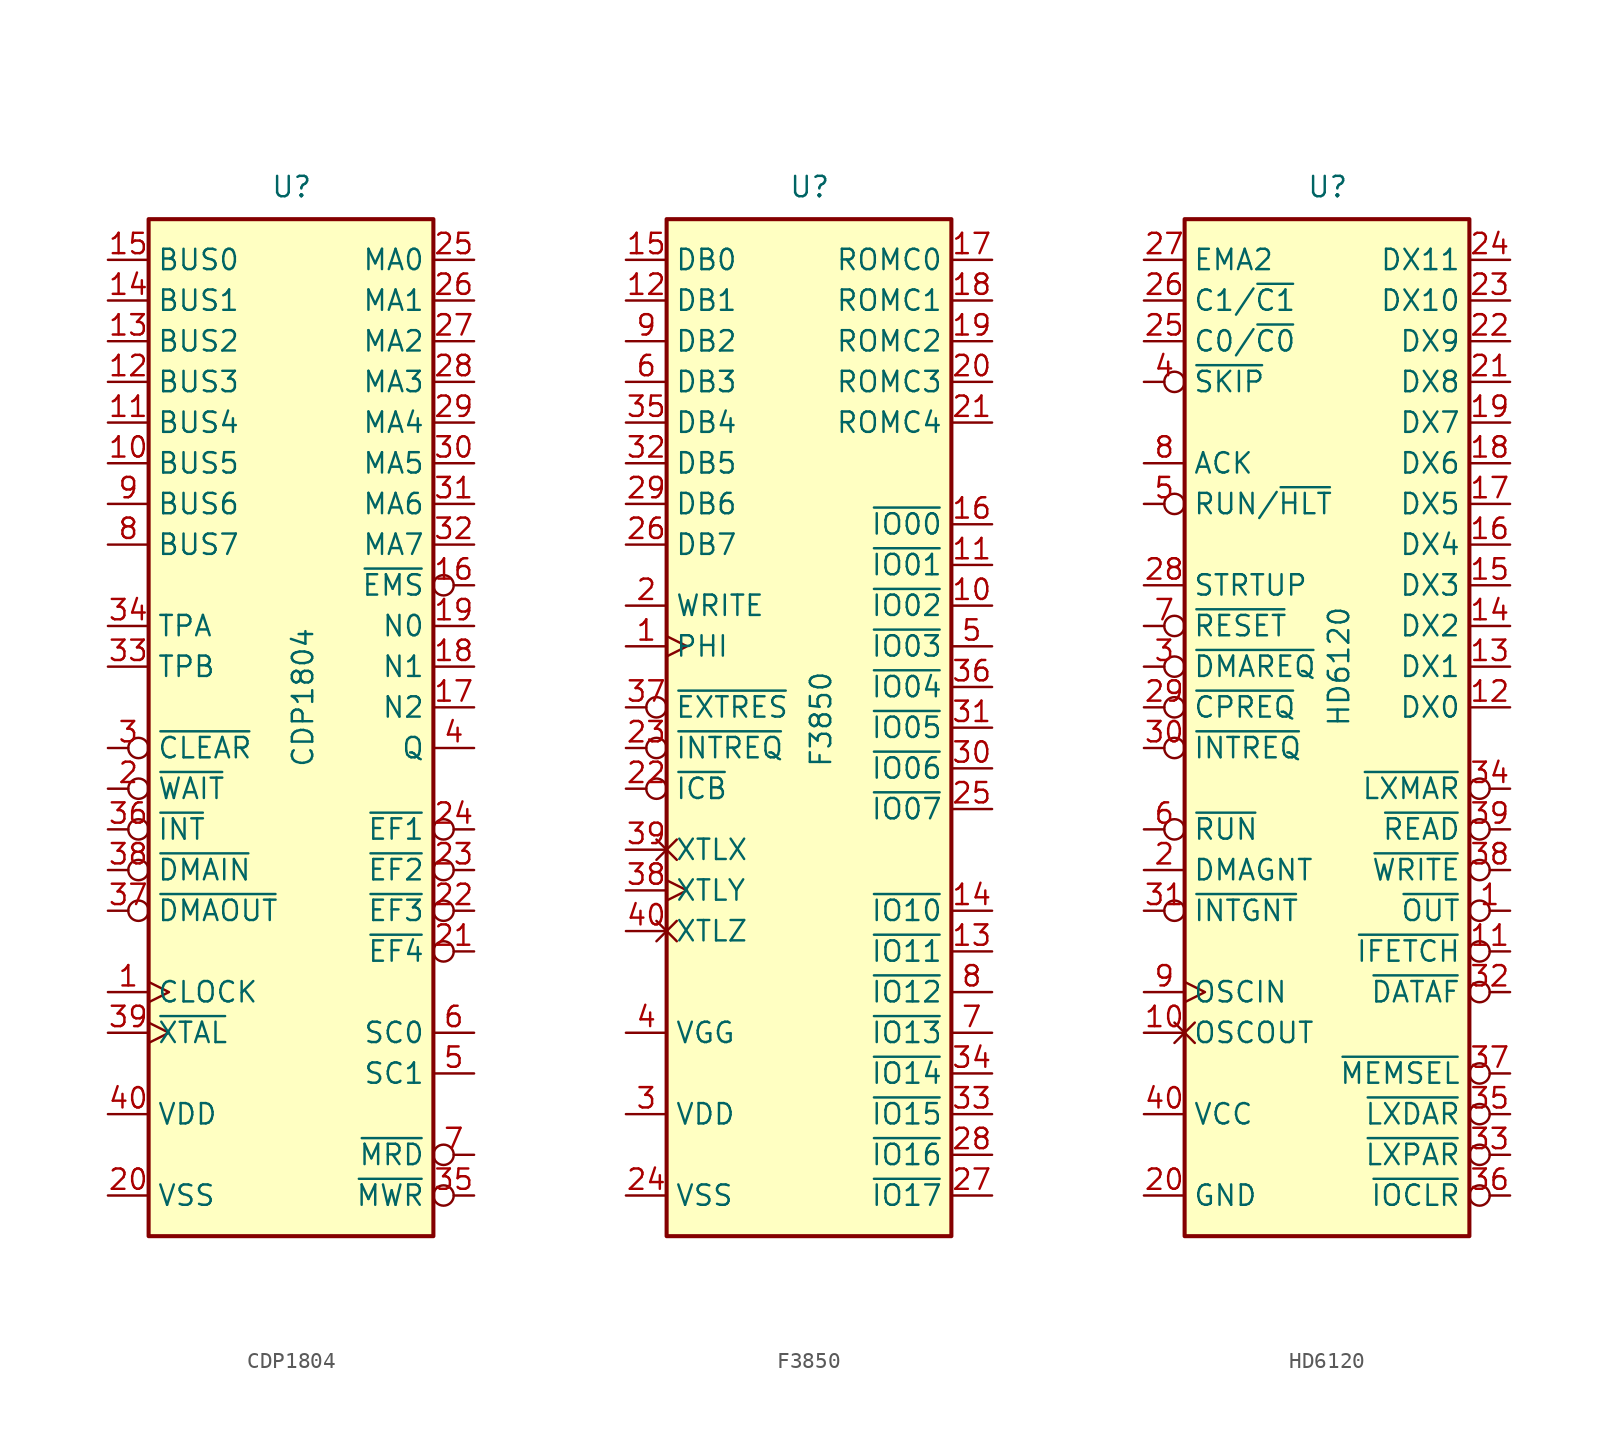
<source format=kicad_sym>
(kicad_symbol_lib
  (version 20220914)
  (generator kicad_symbol_editor)
  (symbol "CDP1804"
    (property "Reference" "U"
      (at -1.27 31.75 0)
      (effects (font (size 1.27 1.27)) (justify left bottom)))
    (property "Value" "CDP1804"
      (at 0 -3.81 90)
      (effects (font (size 1.27 1.27)) (justify left top)))
    (symbol "CDP1804_0_0"
      (pin input clock (at -11.43 -17.78 0) (length 2.54) (name "CLOCK" (effects (font (size 1.27 1.27)))) (number "1" (effects (font (size 1.27 1.27)))))
      (pin input inverted (at -11.43 -2.54 0) (length 2.54) (name "~{CLEAR}" (effects (font (size 1.27 1.27)))) (number "3" (effects (font (size 1.27 1.27)))))
      (pin output inverted (at 11.43 -30.48 180) (length 2.54) (name "~{MWR}" (effects (font (size 1.27 1.27)))) (number "35" (effects (font (size 1.27 1.27))))))
    (symbol "CDP1804_0_1"
      (rectangle (start -8.89 -33.02) (end 8.89 30.48) (stroke (width 0.254) (type default)) (fill (type background))))
    (symbol "CDP1804_1_1"
      (pin bidirectional line (at -11.43 15.24 0) (length 2.54) (name "BUS5" (effects (font (size 1.27 1.27)))) (number "10" (effects (font (size 1.27 1.27)))))
      (pin bidirectional line (at -11.43 17.78 0) (length 2.54) (name "BUS4" (effects (font (size 1.27 1.27)))) (number "11" (effects (font (size 1.27 1.27)))))
      (pin bidirectional line (at -11.43 20.32 0) (length 2.54) (name "BUS3" (effects (font (size 1.27 1.27)))) (number "12" (effects (font (size 1.27 1.27)))))
      (pin bidirectional line (at -11.43 22.86 0) (length 2.54) (name "BUS2" (effects (font (size 1.27 1.27)))) (number "13" (effects (font (size 1.27 1.27)))))
      (pin bidirectional line (at -11.43 25.4 0) (length 2.54) (name "BUS1" (effects (font (size 1.27 1.27)))) (number "14" (effects (font (size 1.27 1.27)))))
      (pin bidirectional line (at -11.43 27.94 0) (length 2.54) (name "BUS0" (effects (font (size 1.27 1.27)))) (number "15" (effects (font (size 1.27 1.27)))))
      (pin output inverted (at 11.43 7.62 180) (length 2.54) (name "~{EMS}" (effects (font (size 1.27 1.27)))) (number "16" (effects (font (size 1.27 1.27)))))
      (pin output line (at 11.43 0 180) (length 2.54) (name "N2" (effects (font (size 1.27 1.27)))) (number "17" (effects (font (size 1.27 1.27)))))
      (pin output line (at 11.43 2.54 180) (length 2.54) (name "N1" (effects (font (size 1.27 1.27)))) (number "18" (effects (font (size 1.27 1.27)))))
      (pin output line (at 11.43 5.08 180) (length 2.54) (name "N0" (effects (font (size 1.27 1.27)))) (number "19" (effects (font (size 1.27 1.27)))))
      (pin input inverted (at -11.43 -5.08 0) (length 2.54) (name "~{WAIT}" (effects (font (size 1.27 1.27)))) (number "2" (effects (font (size 1.27 1.27)))))
      (pin power_in line (at -11.43 -30.48 0) (length 2.54) (name "VSS" (effects (font (size 1.27 1.27)))) (number "20" (effects (font (size 1.27 1.27)))))
      (pin input inverted (at 11.43 -15.24 180) (length 2.54) (name "~{EF4}" (effects (font (size 1.27 1.27)))) (number "21" (effects (font (size 1.27 1.27)))))
      (pin input inverted (at 11.43 -12.7 180) (length 2.54) (name "~{EF3}" (effects (font (size 1.27 1.27)))) (number "22" (effects (font (size 1.27 1.27)))))
      (pin input inverted (at 11.43 -10.16 180) (length 2.54) (name "~{EF2}" (effects (font (size 1.27 1.27)))) (number "23" (effects (font (size 1.27 1.27)))))
      (pin input inverted (at 11.43 -7.62 180) (length 2.54) (name "~{EF1}" (effects (font (size 1.27 1.27)))) (number "24" (effects (font (size 1.27 1.27)))))
      (pin output line (at 11.43 27.94 180) (length 2.54) (name "MA0" (effects (font (size 1.27 1.27)))) (number "25" (effects (font (size 1.27 1.27)))))
      (pin output line (at 11.43 25.4 180) (length 2.54) (name "MA1" (effects (font (size 1.27 1.27)))) (number "26" (effects (font (size 1.27 1.27)))))
      (pin output line (at 11.43 22.86 180) (length 2.54) (name "MA2" (effects (font (size 1.27 1.27)))) (number "27" (effects (font (size 1.27 1.27)))))
      (pin output line (at 11.43 20.32 180) (length 2.54) (name "MA3" (effects (font (size 1.27 1.27)))) (number "28" (effects (font (size 1.27 1.27)))))
      (pin output line (at 11.43 17.78 180) (length 2.54) (name "MA4" (effects (font (size 1.27 1.27)))) (number "29" (effects (font (size 1.27 1.27)))))
      (pin output line (at 11.43 15.24 180) (length 2.54) (name "MA5" (effects (font (size 1.27 1.27)))) (number "30" (effects (font (size 1.27 1.27)))))
      (pin output line (at 11.43 12.7 180) (length 2.54) (name "MA6" (effects (font (size 1.27 1.27)))) (number "31" (effects (font (size 1.27 1.27)))))
      (pin output line (at 11.43 10.16 180) (length 2.54) (name "MA7" (effects (font (size 1.27 1.27)))) (number "32" (effects (font (size 1.27 1.27)))))
      (pin output line (at -11.43 2.54 0) (length 2.54) (name "TPB" (effects (font (size 1.27 1.27)))) (number "33" (effects (font (size 1.27 1.27)))))
      (pin output line (at -11.43 5.08 0) (length 2.54) (name "TPA" (effects (font (size 1.27 1.27)))) (number "34" (effects (font (size 1.27 1.27)))))
      (pin input inverted (at -11.43 -7.62 0) (length 2.54) (name "~{INT}" (effects (font (size 1.27 1.27)))) (number "36" (effects (font (size 1.27 1.27)))))
      (pin input inverted (at -11.43 -12.7 0) (length 2.54) (name "~{DMAOUT}" (effects (font (size 1.27 1.27)))) (number "37" (effects (font (size 1.27 1.27)))))
      (pin input inverted (at -11.43 -10.16 0) (length 2.54) (name "~{DMAIN}" (effects (font (size 1.27 1.27)))) (number "38" (effects (font (size 1.27 1.27)))))
      (pin output clock (at -11.43 -20.32 0) (length 2.54) (name "~{XTAL}" (effects (font (size 1.27 1.27)))) (number "39" (effects (font (size 1.27 1.27)))))
      (pin output line (at 11.43 -2.54 180) (length 2.54) (name "Q" (effects (font (size 1.27 1.27)))) (number "4" (effects (font (size 1.27 1.27)))))
      (pin power_in line (at -11.43 -25.4 0) (length 2.54) (name "VDD" (effects (font (size 1.27 1.27)))) (number "40" (effects (font (size 1.27 1.27)))))
      (pin output line (at 11.43 -22.86 180) (length 2.54) (name "SC1" (effects (font (size 1.27 1.27)))) (number "5" (effects (font (size 1.27 1.27)))))
      (pin output line (at 11.43 -20.32 180) (length 2.54) (name "SC0" (effects (font (size 1.27 1.27)))) (number "6" (effects (font (size 1.27 1.27)))))
      (pin output inverted (at 11.43 -27.94 180) (length 2.54) (name "~{MRD}" (effects (font (size 1.27 1.27)))) (number "7" (effects (font (size 1.27 1.27)))))
      (pin bidirectional line (at -11.43 10.16 0) (length 2.54) (name "BUS7" (effects (font (size 1.27 1.27)))) (number "8" (effects (font (size 1.27 1.27)))))
      (pin bidirectional line (at -11.43 12.7 0) (length 2.54) (name "BUS6" (effects (font (size 1.27 1.27)))) (number "9" (effects (font (size 1.27 1.27)))))))
  (symbol "F3850"
    (property "Reference" "U"
      (at -1.27 31.75 0)
      (effects (font (size 1.27 1.27)) (justify left bottom)))
    (property "Value" "F3850"
      (at 0 -3.81 90)
      (effects (font (size 1.27 1.27)) (justify left top)))
    (symbol "F3850_0_0"
      (pin bidirectional line (at 11.43 -6.35 180) (length 2.54) (name "~{IO07}" (effects (font (size 1.27 1.27)))) (number "25" (effects (font (size 1.27 1.27)))))
      (pin input inverted (at -11.43 0 0) (length 2.54) (name "~{EXTRES}" (effects (font (size 1.27 1.27)))) (number "37" (effects (font (size 1.27 1.27)))))
      (pin input clock (at -11.43 -11.43 0) (length 2.54) (name "XTLY" (effects (font (size 1.27 1.27)))) (number "38" (effects (font (size 1.27 1.27))))))
    (symbol "F3850_0_1"
      (rectangle (start -8.89 -33.02) (end 8.89 30.48) (stroke (width 0.254) (type default)) (fill (type background))))
    (symbol "F3850_1_1"
      (pin output clock (at -11.43 3.81 0) (length 2.54) (name "PHI" (effects (font (size 1.27 1.27)))) (number "1" (effects (font (size 1.27 1.27)))))
      (pin bidirectional line (at 11.43 6.35 180) (length 2.54) (name "~{IO02}" (effects (font (size 1.27 1.27)))) (number "10" (effects (font (size 1.27 1.27)))))
      (pin bidirectional line (at 11.43 8.89 180) (length 2.54) (name "~{IO01}" (effects (font (size 1.27 1.27)))) (number "11" (effects (font (size 1.27 1.27)))))
      (pin bidirectional line (at -11.43 25.4 0) (length 2.54) (name "DB1" (effects (font (size 1.27 1.27)))) (number "12" (effects (font (size 1.27 1.27)))))
      (pin bidirectional line (at 11.43 -15.24 180) (length 2.54) (name "~{IO11}" (effects (font (size 1.27 1.27)))) (number "13" (effects (font (size 1.27 1.27)))))
      (pin bidirectional line (at 11.43 -12.7 180) (length 2.54) (name "~{IO10}" (effects (font (size 1.27 1.27)))) (number "14" (effects (font (size 1.27 1.27)))))
      (pin bidirectional line (at -11.43 27.94 0) (length 2.54) (name "DB0" (effects (font (size 1.27 1.27)))) (number "15" (effects (font (size 1.27 1.27)))))
      (pin bidirectional line (at 11.43 11.43 180) (length 2.54) (name "~{IO00}" (effects (font (size 1.27 1.27)))) (number "16" (effects (font (size 1.27 1.27)))))
      (pin output line (at 11.43 27.94 180) (length 2.54) (name "ROMC0" (effects (font (size 1.27 1.27)))) (number "17" (effects (font (size 1.27 1.27)))))
      (pin output line (at 11.43 25.4 180) (length 2.54) (name "ROMC1" (effects (font (size 1.27 1.27)))) (number "18" (effects (font (size 1.27 1.27)))))
      (pin output line (at 11.43 22.86 180) (length 2.54) (name "ROMC2" (effects (font (size 1.27 1.27)))) (number "19" (effects (font (size 1.27 1.27)))))
      (pin output line (at -11.43 6.35 0) (length 2.54) (name "WRITE" (effects (font (size 1.27 1.27)))) (number "2" (effects (font (size 1.27 1.27)))))
      (pin output line (at 11.43 20.32 180) (length 2.54) (name "ROMC3" (effects (font (size 1.27 1.27)))) (number "20" (effects (font (size 1.27 1.27)))))
      (pin output line (at 11.43 17.78 180) (length 2.54) (name "ROMC4" (effects (font (size 1.27 1.27)))) (number "21" (effects (font (size 1.27 1.27)))))
      (pin output inverted (at -11.43 -5.08 0) (length 2.54) (name "~{ICB}" (effects (font (size 1.27 1.27)))) (number "22" (effects (font (size 1.27 1.27)))))
      (pin input inverted (at -11.43 -2.54 0) (length 2.54) (name "~{INTREQ}" (effects (font (size 1.27 1.27)))) (number "23" (effects (font (size 1.27 1.27)))))
      (pin power_in line (at -11.43 -30.48 0) (length 2.54) (name "VSS" (effects (font (size 1.27 1.27)))) (number "24" (effects (font (size 1.27 1.27)))))
      (pin bidirectional line (at -11.43 10.16 0) (length 2.54) (name "DB7" (effects (font (size 1.27 1.27)))) (number "26" (effects (font (size 1.27 1.27)))))
      (pin bidirectional line (at 11.43 -30.48 180) (length 2.54) (name "~{IO17}" (effects (font (size 1.27 1.27)))) (number "27" (effects (font (size 1.27 1.27)))))
      (pin bidirectional line (at 11.43 -27.94 180) (length 2.54) (name "~{IO16}" (effects (font (size 1.27 1.27)))) (number "28" (effects (font (size 1.27 1.27)))))
      (pin bidirectional line (at -11.43 12.7 0) (length 2.54) (name "DB6" (effects (font (size 1.27 1.27)))) (number "29" (effects (font (size 1.27 1.27)))))
      (pin power_in line (at -11.43 -25.4 0) (length 2.54) (name "VDD" (effects (font (size 1.27 1.27)))) (number "3" (effects (font (size 1.27 1.27)))))
      (pin bidirectional line (at 11.43 -3.81 180) (length 2.54) (name "~{IO06}" (effects (font (size 1.27 1.27)))) (number "30" (effects (font (size 1.27 1.27)))))
      (pin bidirectional line (at 11.43 -1.27 180) (length 2.54) (name "~{IO05}" (effects (font (size 1.27 1.27)))) (number "31" (effects (font (size 1.27 1.27)))))
      (pin bidirectional line (at -11.43 15.24 0) (length 2.54) (name "DB5" (effects (font (size 1.27 1.27)))) (number "32" (effects (font (size 1.27 1.27)))))
      (pin bidirectional line (at 11.43 -25.4 180) (length 2.54) (name "~{IO15}" (effects (font (size 1.27 1.27)))) (number "33" (effects (font (size 1.27 1.27)))))
      (pin bidirectional line (at 11.43 -22.86 180) (length 2.54) (name "~{IO14}" (effects (font (size 1.27 1.27)))) (number "34" (effects (font (size 1.27 1.27)))))
      (pin bidirectional line (at -11.43 17.78 0) (length 2.54) (name "DB4" (effects (font (size 1.27 1.27)))) (number "35" (effects (font (size 1.27 1.27)))))
      (pin bidirectional line (at 11.43 1.27 180) (length 2.54) (name "~{IO04}" (effects (font (size 1.27 1.27)))) (number "36" (effects (font (size 1.27 1.27)))))
      (pin input non_logic (at -11.43 -8.89 0) (length 2.54) (name "XTLX" (effects (font (size 1.27 1.27)))) (number "39" (effects (font (size 1.27 1.27)))))
      (pin power_in line (at -11.43 -20.32 0) (length 2.54) (name "VGG" (effects (font (size 1.27 1.27)))) (number "4" (effects (font (size 1.27 1.27)))))
      (pin input non_logic (at -11.43 -13.97 0) (length 2.54) (name "XTLZ" (effects (font (size 1.27 1.27)))) (number "40" (effects (font (size 1.27 1.27)))))
      (pin bidirectional line (at 11.43 3.81 180) (length 2.54) (name "~{IO03}" (effects (font (size 1.27 1.27)))) (number "5" (effects (font (size 1.27 1.27)))))
      (pin bidirectional line (at -11.43 20.32 0) (length 2.54) (name "DB3" (effects (font (size 1.27 1.27)))) (number "6" (effects (font (size 1.27 1.27)))))
      (pin bidirectional line (at 11.43 -20.32 180) (length 2.54) (name "~{IO13}" (effects (font (size 1.27 1.27)))) (number "7" (effects (font (size 1.27 1.27)))))
      (pin bidirectional line (at 11.43 -17.78 180) (length 2.54) (name "~{IO12}" (effects (font (size 1.27 1.27)))) (number "8" (effects (font (size 1.27 1.27)))))
      (pin bidirectional line (at -11.43 22.86 0) (length 2.54) (name "DB2" (effects (font (size 1.27 1.27)))) (number "9" (effects (font (size 1.27 1.27)))))))
  (symbol "HD6120"
    (property "Reference" "U"
      (at -1.27 31.75 0)
      (effects (font (size 1.27 1.27)) (justify left bottom)))
    (property "Value" "HD6120"
      (at 0 -1.27 90)
      (effects (font (size 1.27 1.27)) (justify left top)))
    (symbol "HD6120_0_1"
      (rectangle (start -8.89 -33.02) (end 8.89 30.48) (stroke (width 0.254) (type default)) (fill (type background))))
    (symbol "HD6120_1_1"
      (pin output inverted (at 11.43 -12.7 180) (length 2.54) (name "~{OUT}" (effects (font (size 1.27 1.27)))) (number "1" (effects (font (size 1.27 1.27)))))
      (pin output non_logic (at -11.43 -20.32 0) (length 2.54) (name "OSCOUT" (effects (font (size 1.27 1.27)))) (number "10" (effects (font (size 1.27 1.27)))))
      (pin output inverted (at 11.43 -15.24 180) (length 2.54) (name "~{IFETCH}" (effects (font (size 1.27 1.27)))) (number "11" (effects (font (size 1.27 1.27)))))
      (pin bidirectional line (at 11.43 0 180) (length 2.54) (name "DX0" (effects (font (size 1.27 1.27)))) (number "12" (effects (font (size 1.27 1.27)))))
      (pin bidirectional line (at 11.43 2.54 180) (length 2.54) (name "DX1" (effects (font (size 1.27 1.27)))) (number "13" (effects (font (size 1.27 1.27)))))
      (pin bidirectional line (at 11.43 5.08 180) (length 2.54) (name "DX2" (effects (font (size 1.27 1.27)))) (number "14" (effects (font (size 1.27 1.27)))))
      (pin bidirectional line (at 11.43 7.62 180) (length 2.54) (name "DX3" (effects (font (size 1.27 1.27)))) (number "15" (effects (font (size 1.27 1.27)))))
      (pin bidirectional line (at 11.43 10.16 180) (length 2.54) (name "DX4" (effects (font (size 1.27 1.27)))) (number "16" (effects (font (size 1.27 1.27)))))
      (pin bidirectional line (at 11.43 12.7 180) (length 2.54) (name "DX5" (effects (font (size 1.27 1.27)))) (number "17" (effects (font (size 1.27 1.27)))))
      (pin bidirectional line (at 11.43 15.24 180) (length 2.54) (name "DX6" (effects (font (size 1.27 1.27)))) (number "18" (effects (font (size 1.27 1.27)))))
      (pin bidirectional line (at 11.43 17.78 180) (length 2.54) (name "DX7" (effects (font (size 1.27 1.27)))) (number "19" (effects (font (size 1.27 1.27)))))
      (pin output line (at -11.43 -10.16 0) (length 2.54) (name "DMAGNT" (effects (font (size 1.27 1.27)))) (number "2" (effects (font (size 1.27 1.27)))))
      (pin power_in line (at -11.43 -30.48 0) (length 2.54) (name "GND" (effects (font (size 1.27 1.27)))) (number "20" (effects (font (size 1.27 1.27)))))
      (pin bidirectional line (at 11.43 20.32 180) (length 2.54) (name "DX8" (effects (font (size 1.27 1.27)))) (number "21" (effects (font (size 1.27 1.27)))))
      (pin bidirectional line (at 11.43 22.86 180) (length 2.54) (name "DX9" (effects (font (size 1.27 1.27)))) (number "22" (effects (font (size 1.27 1.27)))))
      (pin bidirectional line (at 11.43 25.4 180) (length 2.54) (name "DX10" (effects (font (size 1.27 1.27)))) (number "23" (effects (font (size 1.27 1.27)))))
      (pin bidirectional line (at 11.43 27.94 180) (length 2.54) (name "DX11" (effects (font (size 1.27 1.27)))) (number "24" (effects (font (size 1.27 1.27)))))
      (pin bidirectional line (at -11.43 22.86 0) (length 2.54) (name "C0/~{C0}" (effects (font (size 1.27 1.27)))) (number "25" (effects (font (size 1.27 1.27)))))
      (pin bidirectional line (at -11.43 25.4 0) (length 2.54) (name "C1/~{C1}" (effects (font (size 1.27 1.27)))) (number "26" (effects (font (size 1.27 1.27)))))
      (pin output line (at -11.43 27.94 0) (length 2.54) (name "EMA2" (effects (font (size 1.27 1.27)))) (number "27" (effects (font (size 1.27 1.27)))))
      (pin input line (at -11.43 7.62 0) (length 2.54) (name "STRTUP" (effects (font (size 1.27 1.27)))) (number "28" (effects (font (size 1.27 1.27)))))
      (pin input inverted (at -11.43 0 0) (length 2.54) (name "~{CPREQ}" (effects (font (size 1.27 1.27)))) (number "29" (effects (font (size 1.27 1.27)))))
      (pin input inverted (at -11.43 2.54 0) (length 2.54) (name "~{DMAREQ}" (effects (font (size 1.27 1.27)))) (number "3" (effects (font (size 1.27 1.27)))))
      (pin input inverted (at -11.43 -2.54 0) (length 2.54) (name "~{INTREQ}" (effects (font (size 1.27 1.27)))) (number "30" (effects (font (size 1.27 1.27)))))
      (pin output inverted (at -11.43 -12.7 0) (length 2.54) (name "~{INTGNT}" (effects (font (size 1.27 1.27)))) (number "31" (effects (font (size 1.27 1.27)))))
      (pin output inverted (at 11.43 -17.78 180) (length 2.54) (name "~{DATAF}" (effects (font (size 1.27 1.27)))) (number "32" (effects (font (size 1.27 1.27)))))
      (pin output inverted (at 11.43 -27.94 180) (length 2.54) (name "~{LXPAR}" (effects (font (size 1.27 1.27)))) (number "33" (effects (font (size 1.27 1.27)))))
      (pin output inverted (at 11.43 -5.08 180) (length 2.54) (name "~{LXMAR}" (effects (font (size 1.27 1.27)))) (number "34" (effects (font (size 1.27 1.27)))))
      (pin output inverted (at 11.43 -25.4 180) (length 2.54) (name "~{LXDAR}" (effects (font (size 1.27 1.27)))) (number "35" (effects (font (size 1.27 1.27)))))
      (pin output inverted (at 11.43 -30.48 180) (length 2.54) (name "~{IOCLR}" (effects (font (size 1.27 1.27)))) (number "36" (effects (font (size 1.27 1.27)))))
      (pin output inverted (at 11.43 -22.86 180) (length 2.54) (name "~{MEMSEL}" (effects (font (size 1.27 1.27)))) (number "37" (effects (font (size 1.27 1.27)))))
      (pin output inverted (at 11.43 -10.16 180) (length 2.54) (name "~{WRITE}" (effects (font (size 1.27 1.27)))) (number "38" (effects (font (size 1.27 1.27)))))
      (pin output inverted (at 11.43 -7.62 180) (length 2.54) (name "~{READ}" (effects (font (size 1.27 1.27)))) (number "39" (effects (font (size 1.27 1.27)))))
      (pin input inverted (at -11.43 20.32 0) (length 2.54) (name "~{SKIP}" (effects (font (size 1.27 1.27)))) (number "4" (effects (font (size 1.27 1.27)))))
      (pin power_in line (at -11.43 -25.4 0) (length 2.54) (name "VCC" (effects (font (size 1.27 1.27)))) (number "40" (effects (font (size 1.27 1.27)))))
      (pin input inverted (at -11.43 12.7 0) (length 2.54) (name "RUN/~{HLT}" (effects (font (size 1.27 1.27)))) (number "5" (effects (font (size 1.27 1.27)))))
      (pin output inverted (at -11.43 -7.62 0) (length 2.54) (name "~{RUN}" (effects (font (size 1.27 1.27)))) (number "6" (effects (font (size 1.27 1.27)))))
      (pin input inverted (at -11.43 5.08 0) (length 2.54) (name "~{RESET}" (effects (font (size 1.27 1.27)))) (number "7" (effects (font (size 1.27 1.27)))))
      (pin input line (at -11.43 15.24 0) (length 2.54) (name "ACK" (effects (font (size 1.27 1.27)))) (number "8" (effects (font (size 1.27 1.27)))))
      (pin input clock (at -11.43 -17.78 0) (length 2.54) (name "OSCIN" (effects (font (size 1.27 1.27)))) (number "9" (effects (font (size 1.27 1.27))))))))
</source>
